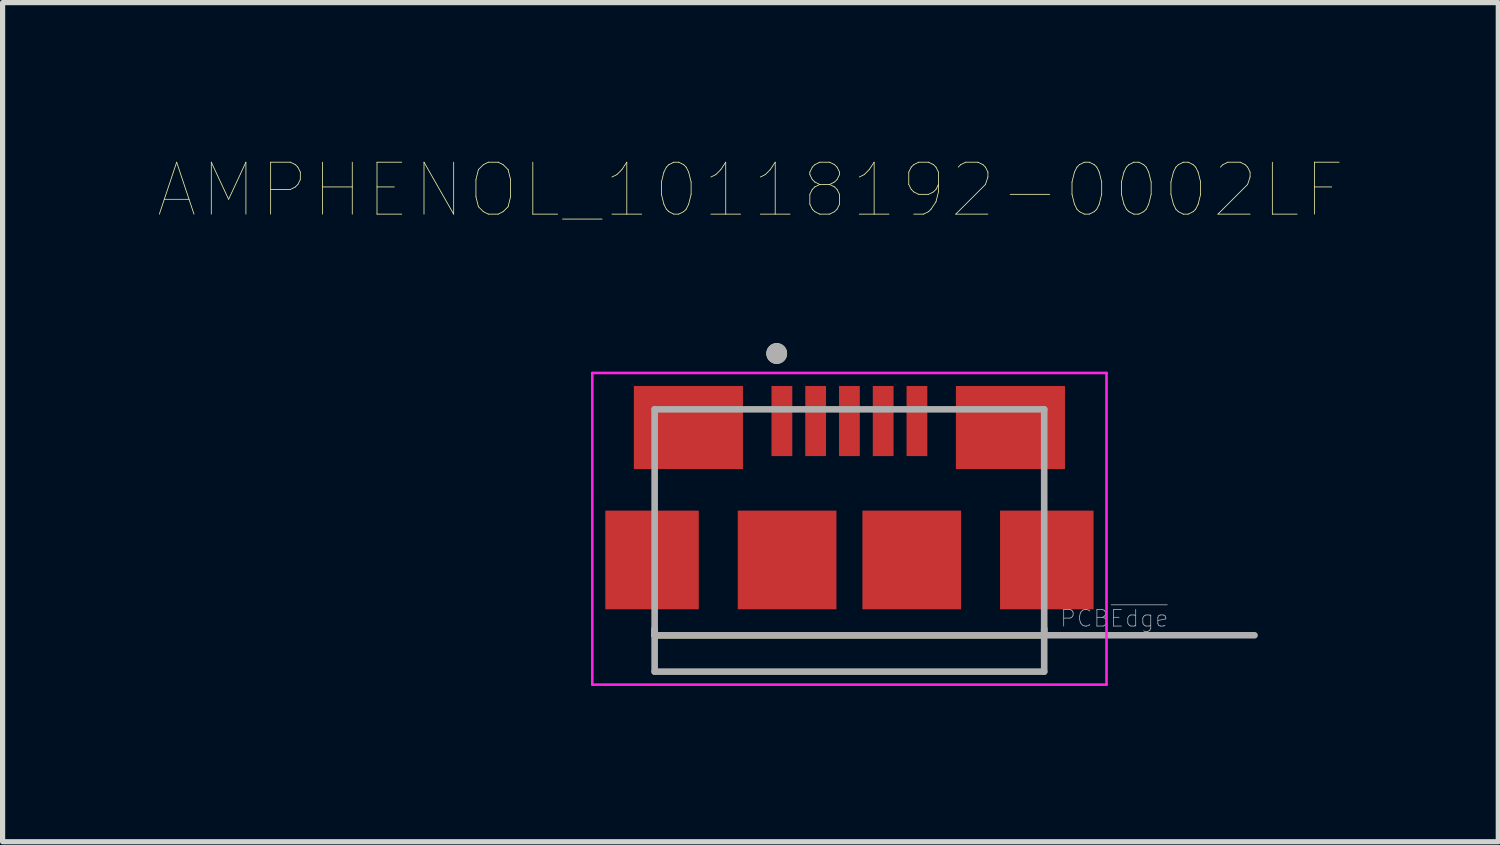
<source format=kicad_pcb>
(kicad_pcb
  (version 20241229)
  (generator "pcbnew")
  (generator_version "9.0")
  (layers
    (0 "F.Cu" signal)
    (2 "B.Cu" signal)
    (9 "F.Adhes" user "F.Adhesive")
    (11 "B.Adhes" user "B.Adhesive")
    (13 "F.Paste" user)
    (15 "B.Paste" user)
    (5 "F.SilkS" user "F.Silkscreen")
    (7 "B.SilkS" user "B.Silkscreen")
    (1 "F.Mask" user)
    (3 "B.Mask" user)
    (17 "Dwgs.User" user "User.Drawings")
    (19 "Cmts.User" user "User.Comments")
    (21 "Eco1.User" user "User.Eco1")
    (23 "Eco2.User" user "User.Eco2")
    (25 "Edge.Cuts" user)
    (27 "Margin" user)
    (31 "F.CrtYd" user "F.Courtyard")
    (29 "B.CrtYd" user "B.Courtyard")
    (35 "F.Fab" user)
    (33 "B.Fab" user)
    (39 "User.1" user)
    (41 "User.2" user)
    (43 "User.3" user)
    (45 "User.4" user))
  (footprint "AMPHENOL_10118192-0002LF"
    (layer "F.Cu")
    (at 13.304 5.056)
    (property "Reference" "AMPHENOL_10118192-0002LF" (at -1.905 -4.445 0) (layer "F.SilkS") (effects (font (size 1 1) (thickness 0.015))))
    (attr through_hole)
    (fp_line (start -3.75 4) (end -3.75 4.125) (stroke (width 0.127) (type solid)) (layer "F.SilkS"))
    (fp_line (start -3.75 4.125) (end 3.75 4.125) (stroke (width 0.127) (type solid)) (layer "F.SilkS"))
    (fp_line (start 3.75 4.125) (end 3.75 4) (stroke (width 0.127) (type solid)) (layer "F.SilkS"))
    (fp_circle (center -1.4 -1.3) (end -1.3 -1.3) (stroke (width 0.2) (type solid)) (fill no) (layer "F.SilkS"))
    (fp_line (start -4.95 -0.925) (end 4.95 -0.925) (stroke (width 0.05) (type solid)) (layer "F.CrtYd"))
    (fp_line (start -4.95 5.075) (end -4.95 -0.925) (stroke (width 0.05) (type solid)) (layer "F.CrtYd"))
    (fp_line (start 4.95 -0.925) (end 4.95 5.075) (stroke (width 0.05) (type solid)) (layer "F.CrtYd"))
    (fp_line (start 4.95 5.075) (end -4.95 5.075) (stroke (width 0.05) (type solid)) (layer "F.CrtYd"))
    (fp_line (start -3.75 -0.225) (end 3.75 -0.225) (stroke (width 0.127) (type solid)) (layer "F.Fab"))
    (fp_line (start -3.75 4.125) (end -3.75 -0.225) (stroke (width 0.127) (type solid)) (layer "F.Fab"))
    (fp_line (start -3.75 4.825) (end -3.75 4.125) (stroke (width 0.127) (type solid)) (layer "F.Fab"))
    (fp_line (start 3.75 -0.225) (end 3.75 4.125) (stroke (width 0.127) (type solid)) (layer "F.Fab"))
    (fp_line (start 3.75 4.125) (end -3.75 4.125) (stroke (width 0.127) (type solid)) (layer "F.Fab"))
    (fp_line (start 3.75 4.125) (end 3.75 4.825) (stroke (width 0.127) (type solid)) (layer "F.Fab"))
    (fp_line (start 3.75 4.125) (end 7.8 4.125) (stroke (width 0.127) (type solid)) (layer "F.Fab"))
    (fp_line (start 3.75 4.825) (end -3.75 4.825) (stroke (width 0.127) (type solid)) (layer "F.Fab"))
    (fp_circle (center -1.4 -1.3) (end -1.3 -1.3) (stroke (width 0.2) (type solid)) (fill no) (layer "F.Fab"))
    (fp_text user "PCB~{Edge}" (at 5.1 3.8 0) (layer "F.Fab") (effects (font (size 0.32 0.32) (thickness 0.015))))
    (pad "1" smd rect (at -1.3 0) (size 0.4 1.35) (layers "F.Cu" "F.Mask" "F.Paste"))
    (pad "2" smd rect (at -0.65 0) (size 0.4 1.35) (layers "F.Cu" "F.Mask" "F.Paste"))
    (pad "3" smd rect (at 0 0) (size 0.4 1.35) (layers "F.Cu" "F.Mask" "F.Paste"))
    (pad "4" smd rect (at 0.65 0) (size 0.4 1.35) (layers "F.Cu" "F.Mask" "F.Paste"))
    (pad "5" smd rect (at 1.3 0) (size 0.4 1.35) (layers "F.Cu" "F.Mask" "F.Paste"))
    (pad "S1" smd rect (at -3.1 0.125) (size 2.1 1.6) (layers "F.Cu" "F.Mask" "F.Paste"))
    (pad "S2" smd rect (at 3.1 0.125) (size 2.1 1.6) (layers "F.Cu" "F.Mask" "F.Paste"))
    (pad "S3" smd rect (at -3.8 2.675) (size 1.8 1.9) (layers "F.Cu" "F.Mask" "F.Paste"))
    (pad "S4" smd rect (at -1.2 2.675) (size 1.9 1.9) (layers "F.Cu" "F.Mask" "F.Paste"))
    (pad "S5" smd rect (at 1.2 2.675) (size 1.9 1.9) (layers "F.Cu" "F.Mask" "F.Paste"))
    (pad "S6" smd rect (at 3.8 2.675) (size 1.8 1.9) (layers "F.Cu" "F.Mask" "F.Paste")))
  (gr_rect
    (start -3 -3)
    (end 25.797 13.156)
    (stroke (width 0.1) (type default))
    (fill no)
    (layer "Edge.Cuts")))
</source>
